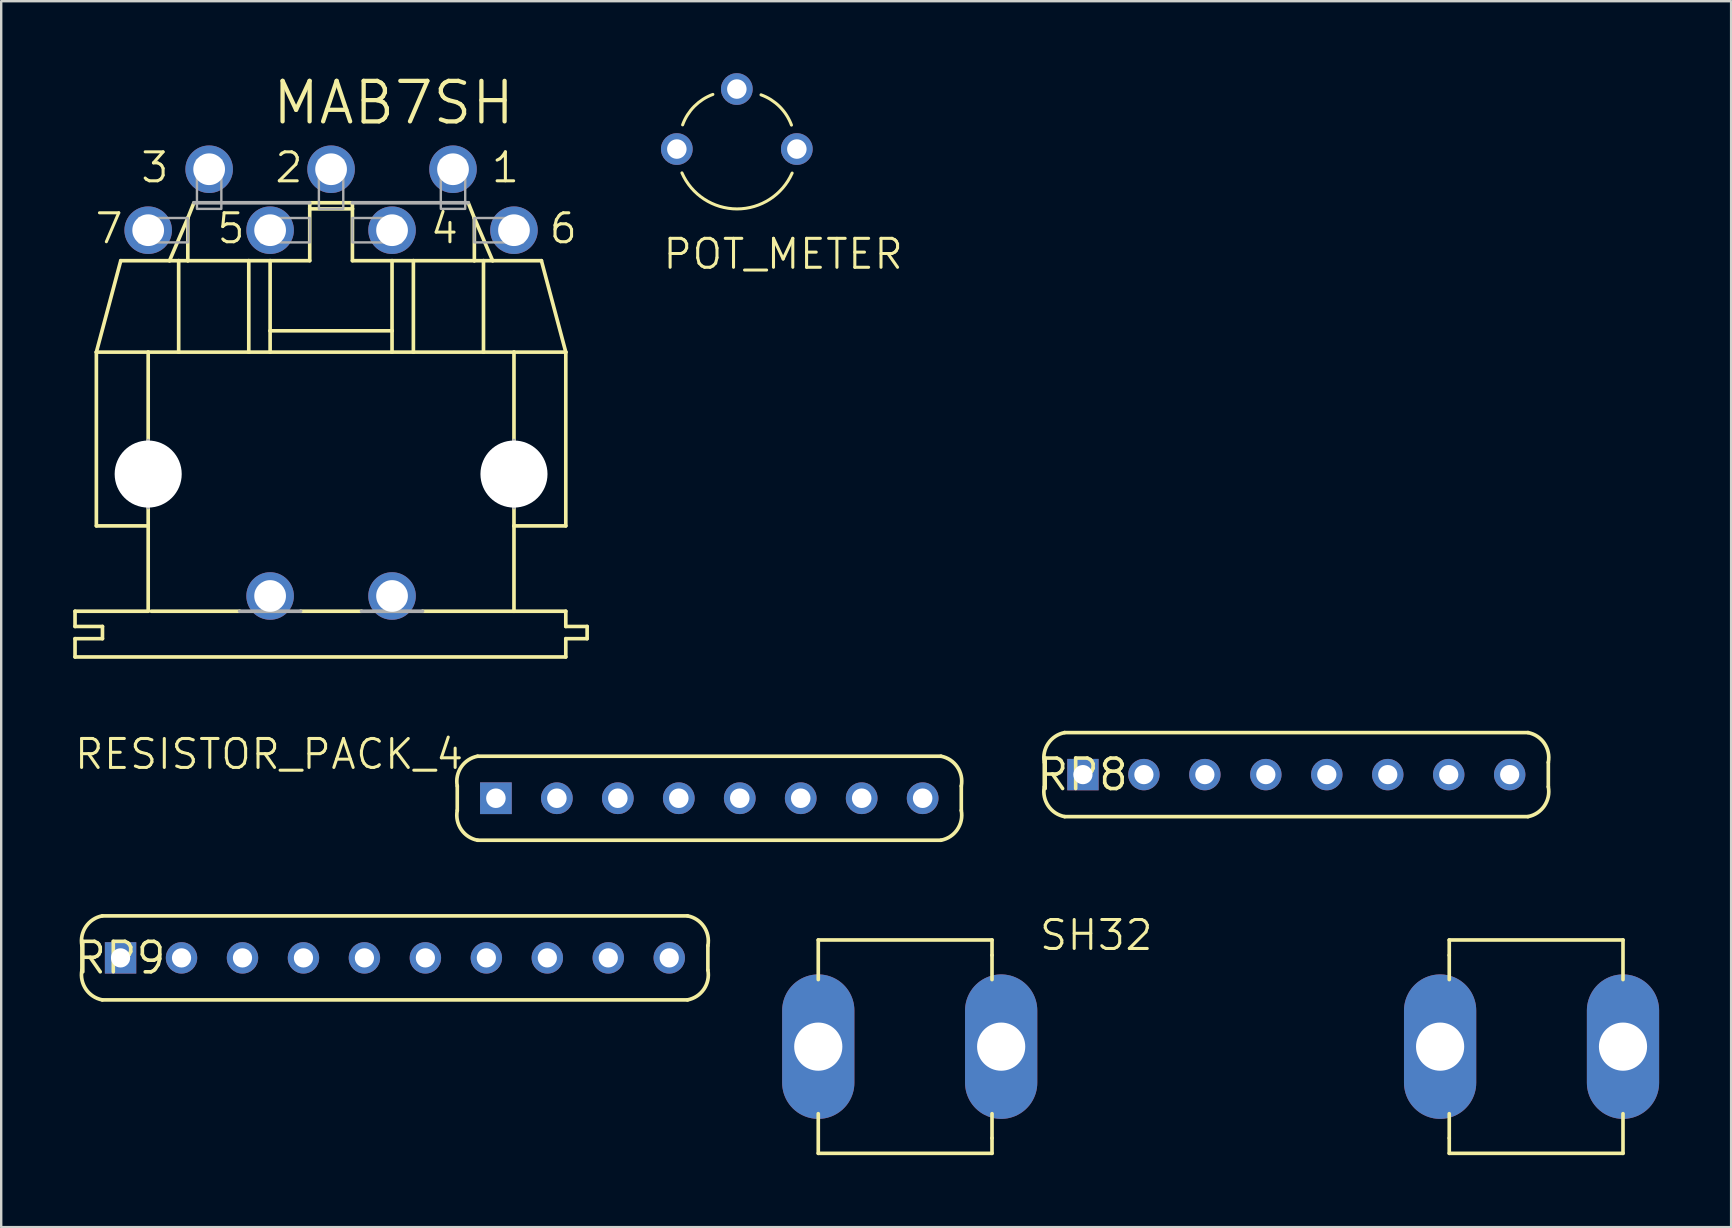
<source format=kicad_pcb>
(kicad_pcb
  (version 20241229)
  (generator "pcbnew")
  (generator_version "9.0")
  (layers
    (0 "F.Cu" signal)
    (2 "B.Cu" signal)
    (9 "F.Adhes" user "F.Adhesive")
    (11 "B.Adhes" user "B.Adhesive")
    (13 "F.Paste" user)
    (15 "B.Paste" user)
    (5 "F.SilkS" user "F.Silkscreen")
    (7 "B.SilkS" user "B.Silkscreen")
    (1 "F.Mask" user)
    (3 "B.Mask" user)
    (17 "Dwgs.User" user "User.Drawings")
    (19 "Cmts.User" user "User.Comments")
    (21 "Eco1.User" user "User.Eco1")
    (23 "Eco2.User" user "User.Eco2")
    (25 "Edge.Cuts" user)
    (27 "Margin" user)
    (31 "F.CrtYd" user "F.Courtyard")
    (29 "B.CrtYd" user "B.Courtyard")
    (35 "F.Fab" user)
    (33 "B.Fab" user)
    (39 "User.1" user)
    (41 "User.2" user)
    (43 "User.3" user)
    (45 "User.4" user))
  (footprint "RP9"
    (layer "F.Cu")
    (at 1.973 36.859)
    (property "Reference" "RP9" (at 0 0 0) (layer "F.SilkS") (effects (font (size 1.27 1.27) (thickness 0.15))))
    (attr through_hole)
    (fp_line (start -1.61 -0.508) (end -1.61 0.508) (stroke (width 0.152) (type solid)) (layer "F.SilkS"))
    (fp_line (start -0.762 1.75) (end 23.622 1.75) (stroke (width 0.152) (type solid)) (layer "F.SilkS"))
    (fp_line (start 23.622 -1.75) (end -0.762 -1.75) (stroke (width 0.152) (type solid)) (layer "F.SilkS"))
    (fp_line (start 24.47 -0.508) (end 24.47 0.508) (stroke (width 0.152) (type solid)) (layer "F.SilkS"))
    (fp_arc (start -1.61 -0.508) (mid -1.443226 -1.304627) (end -0.761999 -1.750001) (stroke (width 0.1524) (type solid)) (layer "F.SilkS"))
    (fp_arc (start -0.761999 1.750001) (mid -1.443226 1.304627) (end -1.61 0.508) (stroke (width 0.1524) (type solid)) (layer "F.SilkS"))
    (fp_arc (start 23.622 -1.75) (mid 24.303227 -1.304627) (end 24.47 -0.508) (stroke (width 0.1524) (type solid)) (layer "F.SilkS"))
    (fp_arc (start 24.47 0.508) (mid 24.303227 1.304627) (end 23.622 1.75) (stroke (width 0.1524) (type solid)) (layer "F.SilkS"))
    (pad "1" thru_hole rect (at 0 0 270) (size 1.308 1.308) (drill 0.8) (layers "*.Cu" "*.Mask"))
    (pad "2" thru_hole circle (at 2.54 0 270) (size 1.308 1.308) (drill 0.8) (layers "*.Cu" "*.Mask"))
    (pad "3" thru_hole circle (at 5.08 0 270) (size 1.308 1.308) (drill 0.8) (layers "*.Cu" "*.Mask"))
    (pad "4" thru_hole circle (at 7.62 0 270) (size 1.308 1.308) (drill 0.8) (layers "*.Cu" "*.Mask"))
    (pad "5" thru_hole circle (at 10.16 0 270) (size 1.308 1.308) (drill 0.8) (layers "*.Cu" "*.Mask"))
    (pad "6" thru_hole circle (at 12.7 0 270) (size 1.308 1.308) (drill 0.8) (layers "*.Cu" "*.Mask"))
    (pad "7" thru_hole circle (at 15.24 0 270) (size 1.308 1.308) (drill 0.8) (layers "*.Cu" "*.Mask"))
    (pad "8" thru_hole circle (at 17.78 0 270) (size 1.308 1.308) (drill 0.8) (layers "*.Cu" "*.Mask"))
    (pad "9" thru_hole circle (at 20.32 0 270) (size 1.308 1.308) (drill 0.8) (layers "*.Cu" "*.Mask"))
    (pad "10" thru_hole circle (at 22.86 0 270) (size 1.308 1.308) (drill 0.8) (layers "*.Cu" "*.Mask")))
  (footprint "MAB7SH"
    (layer "F.Cu")
    (at 10.744 16.701)
    (property "Reference" "MAB7SH" (at -2.54 -14.478 0) (layer "F.SilkS") (effects (font (size 1.689 1.689) (thickness 0.178)) (justify left bottom)))
    (attr through_hole)
    (fp_line (start -10.668 6.35) (end -10.668 5.715) (stroke (width 0.152) (type solid)) (layer "F.SilkS"))
    (fp_line (start -10.668 6.35) (end -9.525 6.35) (stroke (width 0.152) (type solid)) (layer "F.SilkS"))
    (fp_line (start -10.668 7.62) (end -10.668 6.858) (stroke (width 0.152) (type solid)) (layer "F.SilkS"))
    (fp_line (start -10.668 7.62) (end 9.779 7.62) (stroke (width 0.152) (type solid)) (layer "F.SilkS"))
    (fp_line (start -9.779 2.159) (end -9.779 -5.08) (stroke (width 0.152) (type solid)) (layer "F.SilkS"))
    (fp_line (start -9.779 2.159) (end -7.62 2.159) (stroke (width 0.152) (type solid)) (layer "F.SilkS"))
    (fp_line (start -9.525 6.858) (end -10.668 6.858) (stroke (width 0.152) (type solid)) (layer "F.SilkS"))
    (fp_line (start -9.525 6.858) (end -9.525 6.35) (stroke (width 0.152) (type solid)) (layer "F.SilkS"))
    (fp_line (start -8.763 -8.89) (end -9.779 -5.08) (stroke (width 0.152) (type solid)) (layer "F.SilkS"))
    (fp_line (start -8.763 -8.89) (end -6.731 -8.89) (stroke (width 0.152) (type solid)) (layer "F.SilkS"))
    (fp_line (start -7.62 -5.08) (end -9.779 -5.08) (stroke (width 0.152) (type solid)) (layer "F.SilkS"))
    (fp_line (start -7.62 -5.08) (end -7.62 -1.397) (stroke (width 0.152) (type solid)) (layer "F.SilkS"))
    (fp_line (start -7.62 2.159) (end -7.62 1.397) (stroke (width 0.152) (type solid)) (layer "F.SilkS"))
    (fp_line (start -7.62 5.715) (end -10.668 5.715) (stroke (width 0.152) (type solid)) (layer "F.SilkS"))
    (fp_line (start -7.62 5.715) (end -7.62 2.159) (stroke (width 0.152) (type solid)) (layer "F.SilkS"))
    (fp_line (start -7.493 5.715) (end -3.81 5.715) (stroke (width 0.152) (type solid)) (layer "F.SilkS"))
    (fp_line (start -6.731 -8.89) (end -5.969 -10.668) (stroke (width 0.152) (type solid)) (layer "F.SilkS"))
    (fp_line (start -6.35 -8.89) (end -6.731 -8.89) (stroke (width 0.152) (type solid)) (layer "F.SilkS"))
    (fp_line (start -6.35 -8.89) (end -6.35 -5.08) (stroke (width 0.152) (type solid)) (layer "F.SilkS"))
    (fp_line (start -6.35 -5.08) (end -7.62 -5.08) (stroke (width 0.152) (type solid)) (layer "F.SilkS"))
    (fp_line (start -5.969 -10.668) (end -5.969 -8.89) (stroke (width 0.152) (type solid)) (layer "F.SilkS"))
    (fp_line (start -5.969 -10.668) (end -5.715 -11.303) (stroke (width 0.152) (type solid)) (layer "F.SilkS"))
    (fp_line (start -5.969 -8.89) (end -6.35 -8.89) (stroke (width 0.152) (type solid)) (layer "F.SilkS"))
    (fp_line (start -3.429 -8.89) (end -5.969 -8.89) (stroke (width 0.152) (type solid)) (layer "F.SilkS"))
    (fp_line (start -3.429 -8.89) (end -3.429 -5.08) (stroke (width 0.152) (type solid)) (layer "F.SilkS"))
    (fp_line (start -3.429 -5.08) (end -6.35 -5.08) (stroke (width 0.152) (type solid)) (layer "F.SilkS"))
    (fp_line (start -2.54 -8.89) (end -3.429 -8.89) (stroke (width 0.152) (type solid)) (layer "F.SilkS"))
    (fp_line (start -2.54 -8.89) (end -2.54 -5.969) (stroke (width 0.152) (type solid)) (layer "F.SilkS"))
    (fp_line (start -2.54 -8.89) (end -0.889 -8.89) (stroke (width 0.152) (type solid)) (layer "F.SilkS"))
    (fp_line (start -2.54 -5.969) (end -2.54 -5.08) (stroke (width 0.152) (type solid)) (layer "F.SilkS"))
    (fp_line (start -2.54 -5.969) (end 2.54 -5.969) (stroke (width 0.152) (type solid)) (layer "F.SilkS"))
    (fp_line (start -2.54 -5.08) (end -3.429 -5.08) (stroke (width 0.152) (type solid)) (layer "F.SilkS"))
    (fp_line (start -1.27 5.715) (end 1.27 5.715) (stroke (width 0.152) (type solid)) (layer "F.SilkS"))
    (fp_line (start -0.889 -11.049) (end -0.889 -11.303) (stroke (width 0.152) (type solid)) (layer "F.SilkS"))
    (fp_line (start -0.889 -11.049) (end 0.889 -11.049) (stroke (width 0.152) (type solid)) (layer "F.SilkS"))
    (fp_line (start -0.889 -8.89) (end -0.889 -11.049) (stroke (width 0.152) (type solid)) (layer "F.SilkS"))
    (fp_line (start 0.889 -11.303) (end -0.889 -11.303) (stroke (width 0.152) (type solid)) (layer "F.SilkS"))
    (fp_line (start 0.889 -11.303) (end 0.889 -11.049) (stroke (width 0.152) (type solid)) (layer "F.SilkS"))
    (fp_line (start 0.889 -11.049) (end 0.889 -8.89) (stroke (width 0.152) (type solid)) (layer "F.SilkS"))
    (fp_line (start 2.54 -8.89) (end 0.889 -8.89) (stroke (width 0.152) (type solid)) (layer "F.SilkS"))
    (fp_line (start 2.54 -8.89) (end 2.54 -5.969) (stroke (width 0.152) (type solid)) (layer "F.SilkS"))
    (fp_line (start 2.54 -5.969) (end 2.54 -5.08) (stroke (width 0.152) (type solid)) (layer "F.SilkS"))
    (fp_line (start 2.54 -5.08) (end -2.54 -5.08) (stroke (width 0.152) (type solid)) (layer "F.SilkS"))
    (fp_line (start 3.429 -8.89) (end 2.54 -8.89) (stroke (width 0.152) (type solid)) (layer "F.SilkS"))
    (fp_line (start 3.429 -8.89) (end 3.429 -5.08) (stroke (width 0.152) (type solid)) (layer "F.SilkS"))
    (fp_line (start 3.429 -5.08) (end 2.54 -5.08) (stroke (width 0.152) (type solid)) (layer "F.SilkS"))
    (fp_line (start 3.81 5.715) (end 7.62 5.715) (stroke (width 0.152) (type solid)) (layer "F.SilkS"))
    (fp_line (start 5.715 -11.303) (end 5.969 -10.668) (stroke (width 0.152) (type solid)) (layer "F.SilkS"))
    (fp_line (start 5.969 -10.668) (end 5.969 -8.89) (stroke (width 0.152) (type solid)) (layer "F.SilkS"))
    (fp_line (start 5.969 -10.668) (end 6.731 -8.89) (stroke (width 0.152) (type solid)) (layer "F.SilkS"))
    (fp_line (start 5.969 -8.89) (end 3.429 -8.89) (stroke (width 0.152) (type solid)) (layer "F.SilkS"))
    (fp_line (start 6.35 -8.89) (end 5.969 -8.89) (stroke (width 0.152) (type solid)) (layer "F.SilkS"))
    (fp_line (start 6.35 -8.89) (end 6.35 -5.08) (stroke (width 0.152) (type solid)) (layer "F.SilkS"))
    (fp_line (start 6.35 -5.08) (end 3.429 -5.08) (stroke (width 0.152) (type solid)) (layer "F.SilkS"))
    (fp_line (start 6.731 -8.89) (end 6.35 -8.89) (stroke (width 0.152) (type solid)) (layer "F.SilkS"))
    (fp_line (start 7.62 -5.08) (end 6.35 -5.08) (stroke (width 0.152) (type solid)) (layer "F.SilkS"))
    (fp_line (start 7.62 -5.08) (end 7.62 -1.397) (stroke (width 0.152) (type solid)) (layer "F.SilkS"))
    (fp_line (start 7.62 2.159) (end 7.62 1.397) (stroke (width 0.152) (type solid)) (layer "F.SilkS"))
    (fp_line (start 7.62 5.715) (end 7.62 2.159) (stroke (width 0.152) (type solid)) (layer "F.SilkS"))
    (fp_line (start 8.763 -8.89) (end 6.731 -8.89) (stroke (width 0.152) (type solid)) (layer "F.SilkS"))
    (fp_line (start 8.763 -8.89) (end 9.779 -5.08) (stroke (width 0.152) (type solid)) (layer "F.SilkS"))
    (fp_line (start 9.779 -5.08) (end 7.62 -5.08) (stroke (width 0.152) (type solid)) (layer "F.SilkS"))
    (fp_line (start 9.779 2.159) (end 7.62 2.159) (stroke (width 0.152) (type solid)) (layer "F.SilkS"))
    (fp_line (start 9.779 2.159) (end 9.779 -5.08) (stroke (width 0.152) (type solid)) (layer "F.SilkS"))
    (fp_line (start 9.779 5.715) (end 7.62 5.715) (stroke (width 0.152) (type solid)) (layer "F.SilkS"))
    (fp_line (start 9.779 5.715) (end 9.779 6.35) (stroke (width 0.152) (type solid)) (layer "F.SilkS"))
    (fp_line (start 9.779 7.62) (end 9.779 6.858) (stroke (width 0.152) (type solid)) (layer "F.SilkS"))
    (fp_line (start 10.668 6.35) (end 9.779 6.35) (stroke (width 0.152) (type solid)) (layer "F.SilkS"))
    (fp_line (start 10.668 6.858) (end 9.779 6.858) (stroke (width 0.152) (type solid)) (layer "F.SilkS"))
    (fp_line (start 10.668 6.858) (end 10.668 6.35) (stroke (width 0.152) (type solid)) (layer "F.SilkS"))
    (fp_line (start -7.62 -1.397) (end -7.62 1.397) (stroke (width 0.152) (type solid)) (layer "F.Fab"))
    (fp_line (start -1.27 5.715) (end -3.81 5.715) (stroke (width 0.152) (type solid)) (layer "F.Fab"))
    (fp_line (start -0.889 -11.303) (end -5.715 -11.303) (stroke (width 0.152) (type solid)) (layer "F.Fab"))
    (fp_line (start 3.81 5.715) (end 1.27 5.715) (stroke (width 0.152) (type solid)) (layer "F.Fab"))
    (fp_line (start 5.715 -11.303) (end 0.889 -11.303) (stroke (width 0.152) (type solid)) (layer "F.Fab"))
    (fp_line (start 7.62 -1.397) (end 7.62 1.397) (stroke (width 0.152) (type solid)) (layer "F.Fab"))
    (fp_poly (pts (xy -8.001 -9.652) (xy -5.969 -9.652) (xy -5.969 -10.668) (xy -8.001 -10.668)) (stroke (width 0.1) (type solid)) (fill no) (layer "F.Fab"))
    (fp_poly (pts (xy -5.588 -11.049) (xy -4.572 -11.049) (xy -4.572 -13.081) (xy -5.588 -13.081)) (stroke (width 0.1) (type solid)) (fill no) (layer "F.Fab"))
    (fp_poly (pts (xy -2.921 -9.652) (xy -0.889 -9.652) (xy -0.889 -10.668) (xy -2.921 -10.668)) (stroke (width 0.1) (type solid)) (fill no) (layer "F.Fab"))
    (fp_poly (pts (xy -0.508 -11.049) (xy 0.508 -11.049) (xy 0.508 -13.081) (xy -0.508 -13.081)) (stroke (width 0.1) (type solid)) (fill no) (layer "F.Fab"))
    (fp_poly (pts (xy 0.889 -9.652) (xy 2.921 -9.652) (xy 2.921 -10.668) (xy 0.889 -10.668)) (stroke (width 0.1) (type solid)) (fill no) (layer "F.Fab"))
    (fp_poly (pts (xy 4.572 -11.049) (xy 5.588 -11.049) (xy 5.588 -13.081) (xy 4.572 -13.081)) (stroke (width 0.1) (type solid)) (fill no) (layer "F.Fab"))
    (fp_poly (pts (xy 5.969 -9.652) (xy 8.001 -9.652) (xy 8.001 -10.668) (xy 5.969 -10.668)) (stroke (width 0.1) (type solid)) (fill no) (layer "F.Fab"))
    (fp_text user "6" (at 9.017 -9.525 0) (layer "F.SilkS") (effects (font (size 1.206 1.206) (thickness 0.127)) (justify left bottom)))
    (fp_text user "2" (at -2.413 -12.065 0) (layer "F.SilkS") (effects (font (size 1.206 1.206) (thickness 0.127)) (justify left bottom)))
    (fp_text user "1" (at 6.604 -12.065 0) (layer "F.SilkS") (effects (font (size 1.206 1.206) (thickness 0.127)) (justify left bottom)))
    (fp_text user "4" (at 4.064 -9.525 0) (layer "F.SilkS") (effects (font (size 1.206 1.206) (thickness 0.127)) (justify left bottom)))
    (fp_text user "5" (at -4.826 -9.525 0) (layer "F.SilkS") (effects (font (size 1.206 1.206) (thickness 0.127)) (justify left bottom)))
    (fp_text user "7" (at -9.906 -9.525 0) (layer "F.SilkS") (effects (font (size 1.206 1.206) (thickness 0.127)) (justify left bottom)))
    (fp_text user "3" (at -8.001 -12.065 0) (layer "F.SilkS") (effects (font (size 1.206 1.206) (thickness 0.127)) (justify left bottom)))
    (pad "" np_thru_hole circle (at -7.62 0) (size 2.794 2.794) (drill 2.794) (layers "*.Cu"))
    (pad "" np_thru_hole circle (at 7.62 0) (size 2.794 2.794) (drill 2.794) (layers "*.Cu"))
    (pad "1" thru_hole circle (at 5.08 -12.7) (size 1.981 1.981) (drill 1.321) (layers "*.Cu" "*.Mask"))
    (pad "2" thru_hole circle (at 0 -12.7) (size 1.981 1.981) (drill 1.321) (layers "*.Cu" "*.Mask"))
    (pad "3" thru_hole circle (at -5.08 -12.7) (size 1.981 1.981) (drill 1.321) (layers "*.Cu" "*.Mask"))
    (pad "4" thru_hole circle (at 2.54 -10.16) (size 1.981 1.981) (drill 1.321) (layers "*.Cu" "*.Mask"))
    (pad "5" thru_hole circle (at -2.54 -10.16) (size 1.981 1.981) (drill 1.321) (layers "*.Cu" "*.Mask"))
    (pad "6" thru_hole circle (at 7.62 -10.16) (size 1.981 1.981) (drill 1.321) (layers "*.Cu" "*.Mask"))
    (pad "7" thru_hole circle (at -7.62 -10.16) (size 1.981 1.981) (drill 1.321) (layers "*.Cu" "*.Mask"))
    (pad "PE" thru_hole circle (at -2.54 5.08) (size 1.981 1.981) (drill 1.321) (layers "*.Cu" "*.Mask"))
    (pad "PE@" thru_hole circle (at 2.54 5.08) (size 1.981 1.981) (drill 1.321) (layers "*.Cu" "*.Mask")))
  (footprint "RESISTOR_PACK_4"
    (layer "F.Cu")
    (at 17.611 30.207)
    (property "Reference" "RESISTOR_PACK_4" (at -1.27 -2.54 0) (layer "F.SilkS") (effects (font (size 1.206 1.206) (thickness 0.127)) (justify right top)))
    (attr through_hole)
    (fp_line (start -1.61 -0.508) (end -1.61 0.508) (stroke (width 0.152) (type solid)) (layer "F.SilkS"))
    (fp_line (start -0.762 1.75) (end 18.542 1.75) (stroke (width 0.152) (type solid)) (layer "F.SilkS"))
    (fp_line (start 18.542 -1.75) (end -0.762 -1.75) (stroke (width 0.152) (type solid)) (layer "F.SilkS"))
    (fp_line (start 19.39 -0.508) (end 19.39 0.508) (stroke (width 0.152) (type solid)) (layer "F.SilkS"))
    (fp_arc (start -1.61 -0.508) (mid -1.443226 -1.304627) (end -0.761999 -1.750001) (stroke (width 0.1524) (type solid)) (layer "F.SilkS"))
    (fp_arc (start -0.761999 1.750001) (mid -1.443226 1.304627) (end -1.61 0.508) (stroke (width 0.1524) (type solid)) (layer "F.SilkS"))
    (fp_arc (start 18.542 -1.75) (mid 19.223227 -1.304627) (end 19.39 -0.508) (stroke (width 0.1524) (type solid)) (layer "F.SilkS"))
    (fp_arc (start 19.39 0.508) (mid 19.223227 1.304627) (end 18.542 1.75) (stroke (width 0.1524) (type solid)) (layer "F.SilkS"))
    (pad "1" thru_hole rect (at 0 0 90) (size 1.321 1.321) (drill 0.813) (layers "*.Cu" "*.Mask"))
    (pad "2" thru_hole circle (at 2.54 0 90) (size 1.321 1.321) (drill 0.813) (layers "*.Cu" "*.Mask"))
    (pad "3" thru_hole circle (at 5.08 0 90) (size 1.321 1.321) (drill 0.813) (layers "*.Cu" "*.Mask"))
    (pad "4" thru_hole circle (at 7.62 0 90) (size 1.321 1.321) (drill 0.813) (layers "*.Cu" "*.Mask"))
    (pad "5" thru_hole circle (at 10.16 0 90) (size 1.321 1.321) (drill 0.813) (layers "*.Cu" "*.Mask"))
    (pad "6" thru_hole circle (at 12.7 0 90) (size 1.321 1.321) (drill 0.813) (layers "*.Cu" "*.Mask"))
    (pad "7" thru_hole circle (at 15.24 0 90) (size 1.321 1.321) (drill 0.813) (layers "*.Cu" "*.Mask"))
    (pad "8" thru_hole circle (at 17.78 0 90) (size 1.321 1.321) (drill 0.813) (layers "*.Cu" "*.Mask")))
  (footprint "SH32"
    (layer "F.Cu")
    (at 47.806 40.557)
    (property "Reference" "SH32" (at -7.62 -3.937 0) (layer "F.SilkS") (effects (font (size 1.206 1.206) (thickness 0.127)) (justify left bottom)))
    (attr through_hole)
    (fp_line (start -16.764 -2.794) (end -16.764 -4.445) (stroke (width 0.152) (type solid)) (layer "F.SilkS"))
    (fp_line (start -16.764 4.445) (end -16.764 2.794) (stroke (width 0.152) (type solid)) (layer "F.SilkS"))
    (fp_line (start -16.764 4.445) (end -9.525 4.445) (stroke (width 0.152) (type solid)) (layer "F.SilkS"))
    (fp_line (start -9.525 -4.445) (end -16.764 -4.445) (stroke (width 0.152) (type solid)) (layer "F.SilkS"))
    (fp_line (start -9.525 -3.81) (end -9.525 -4.445) (stroke (width 0.152) (type solid)) (layer "F.SilkS"))
    (fp_line (start -9.525 -3.81) (end -9.525 -2.794) (stroke (width 0.152) (type solid)) (layer "F.SilkS"))
    (fp_line (start -9.525 3.81) (end -9.525 2.794) (stroke (width 0.152) (type solid)) (layer "F.SilkS"))
    (fp_line (start -9.525 3.81) (end -9.525 4.445) (stroke (width 0.152) (type solid)) (layer "F.SilkS"))
    (fp_line (start 9.525 -3.81) (end 9.525 -4.445) (stroke (width 0.152) (type solid)) (layer "F.SilkS"))
    (fp_line (start 9.525 -3.81) (end 9.525 -2.794) (stroke (width 0.152) (type solid)) (layer "F.SilkS"))
    (fp_line (start 9.525 3.81) (end 9.525 2.794) (stroke (width 0.152) (type solid)) (layer "F.SilkS"))
    (fp_line (start 9.525 3.81) (end 9.525 4.445) (stroke (width 0.152) (type solid)) (layer "F.SilkS"))
    (fp_line (start 9.525 4.445) (end 16.764 4.445) (stroke (width 0.152) (type solid)) (layer "F.SilkS"))
    (fp_line (start 16.764 -4.445) (end 9.525 -4.445) (stroke (width 0.152) (type solid)) (layer "F.SilkS"))
    (fp_line (start 16.764 -4.445) (end 16.764 -2.794) (stroke (width 0.152) (type solid)) (layer "F.SilkS"))
    (fp_line (start 16.764 2.794) (end 16.764 4.445) (stroke (width 0.152) (type solid)) (layer "F.SilkS"))
    (pad "1A" thru_hole oval (at -16.764 0 90) (size 6.02 3.01) (drill 2.007) (layers "*.Cu" "*.Mask"))
    (pad "1B" thru_hole oval (at -9.144 0 90) (size 6.02 3.01) (drill 2.007) (layers "*.Cu" "*.Mask"))
    (pad "2A" thru_hole oval (at 9.144 0 90) (size 6.02 3.01) (drill 2.007) (layers "*.Cu" "*.Mask"))
    (pad "2B" thru_hole oval (at 16.764 0 90) (size 6.02 3.01) (drill 2.007) (layers "*.Cu" "*.Mask")))
  (footprint "POT_METER"
    (layer "F.Cu")
    (at 27.649 3.16)
    (property "Reference" "POT_METER" (at -3.15 5.08 0) (layer "F.SilkS") (effects (font (size 1.206 1.206) (thickness 0.127)) (justify left bottom)))
    (attr through_hole)
    (fp_arc (start -2.258872 -1.007683) (mid -1.76926 -1.781675) (end -0.998418 -2.276231) (stroke (width 0.127) (type solid)) (layer "F.SilkS"))
    (fp_arc (start 1.007683 -2.258872) (mid 1.781675 -1.76926) (end 2.276231 -0.998418) (stroke (width 0.127) (type solid)) (layer "F.SilkS"))
    (fp_arc (start 2.304599 1.000792) (mid 0.005755 2.494872) (end -2.287646 0.99245) (stroke (width 0.127) (type solid)) (layer "F.SilkS"))
    (pad "A" thru_hole circle (at -2.5 0) (size 1.321 1.321) (drill 0.813) (layers "*.Cu" "*.Mask"))
    (pad "E" thru_hole circle (at 2.5 0) (size 1.321 1.321) (drill 0.813) (layers "*.Cu" "*.Mask"))
    (pad "S" thru_hole circle (at 0 -2.5) (size 1.321 1.321) (drill 0.813) (layers "*.Cu" "*.Mask")))
  (footprint "RP8"
    (layer "F.Cu")
    (at 42.069 29.223)
    (property "Reference" "RP8" (at 0 0 0) (layer "F.SilkS") (effects (font (size 1.27 1.27) (thickness 0.15))))
    (attr through_hole)
    (fp_line (start -1.61 -0.508) (end -1.61 0.508) (stroke (width 0.152) (type solid)) (layer "F.SilkS"))
    (fp_line (start -0.762 1.75) (end 18.542 1.75) (stroke (width 0.152) (type solid)) (layer "F.SilkS"))
    (fp_line (start 18.542 -1.75) (end -0.762 -1.75) (stroke (width 0.152) (type solid)) (layer "F.SilkS"))
    (fp_line (start 19.39 -0.508) (end 19.39 0.508) (stroke (width 0.152) (type solid)) (layer "F.SilkS"))
    (fp_arc (start -1.61 -0.508) (mid -1.443226 -1.304627) (end -0.761999 -1.750001) (stroke (width 0.1524) (type solid)) (layer "F.SilkS"))
    (fp_arc (start -0.761999 1.750001) (mid -1.443226 1.304627) (end -1.61 0.508) (stroke (width 0.1524) (type solid)) (layer "F.SilkS"))
    (fp_arc (start 18.542 -1.75) (mid 19.223227 -1.304627) (end 19.39 -0.508) (stroke (width 0.1524) (type solid)) (layer "F.SilkS"))
    (fp_arc (start 19.39 0.508) (mid 19.223227 1.304627) (end 18.542 1.75) (stroke (width 0.1524) (type solid)) (layer "F.SilkS"))
    (pad "1" thru_hole rect (at 0 0 270) (size 1.308 1.308) (drill 0.8) (layers "*.Cu" "*.Mask"))
    (pad "2" thru_hole circle (at 2.54 0 270) (size 1.308 1.308) (drill 0.8) (layers "*.Cu" "*.Mask"))
    (pad "3" thru_hole circle (at 5.08 0 270) (size 1.308 1.308) (drill 0.8) (layers "*.Cu" "*.Mask"))
    (pad "4" thru_hole circle (at 7.62 0 270) (size 1.308 1.308) (drill 0.8) (layers "*.Cu" "*.Mask"))
    (pad "5" thru_hole circle (at 10.16 0 270) (size 1.308 1.308) (drill 0.8) (layers "*.Cu" "*.Mask"))
    (pad "6" thru_hole circle (at 12.7 0 270) (size 1.308 1.308) (drill 0.8) (layers "*.Cu" "*.Mask"))
    (pad "7" thru_hole circle (at 15.24 0 270) (size 1.308 1.308) (drill 0.8) (layers "*.Cu" "*.Mask"))
    (pad "8" thru_hole circle (at 17.78 0 270) (size 1.308 1.308) (drill 0.8) (layers "*.Cu" "*.Mask")))
  (gr_rect
    (start -3 -3)
    (end 69.075 48.078)
    (stroke (width 0.1) (type default))
    (fill no)
    (layer "Edge.Cuts")))
</source>
